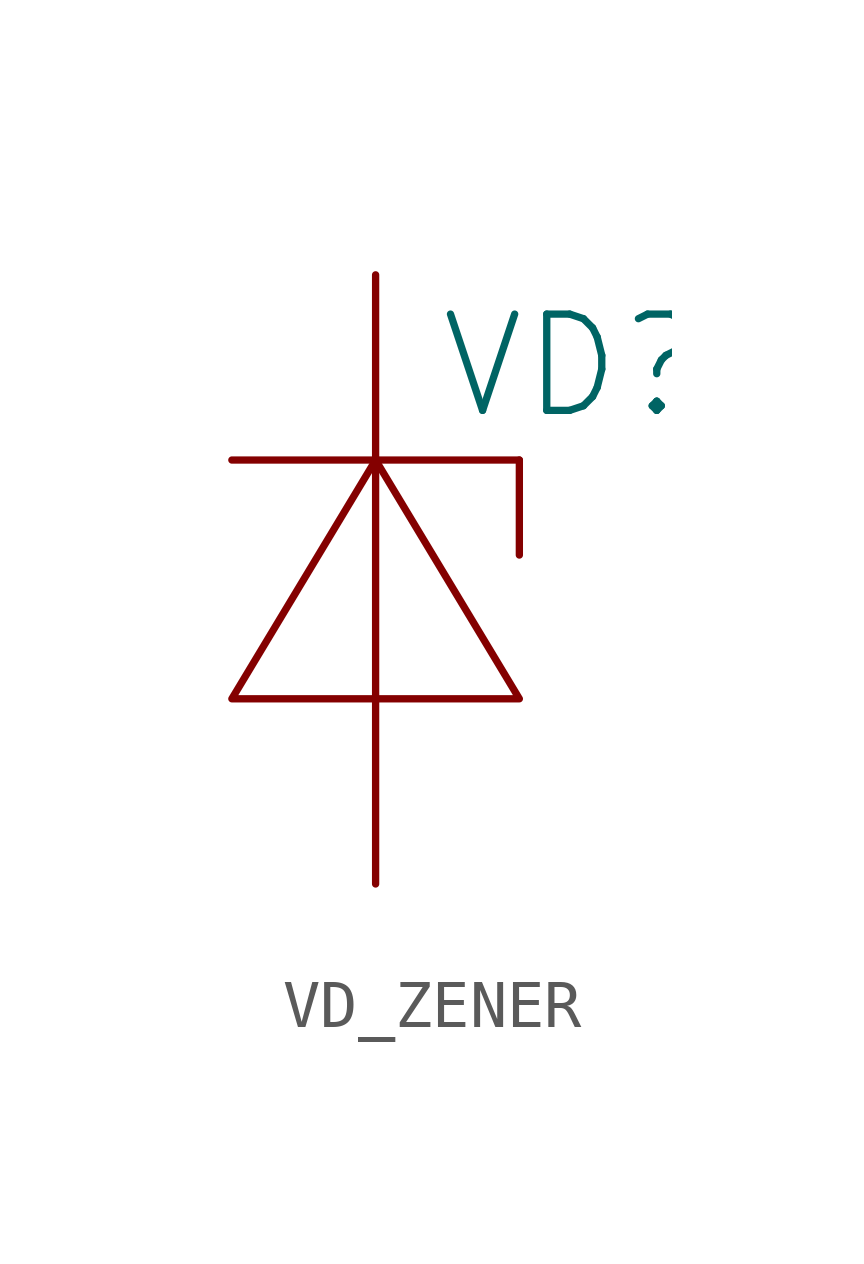
<source format=kicad_sym>
(kicad_symbol_lib
  (version 20231120)
  (generator "kicad_symbol_editor")
  (generator_version "8.0")
  (symbol "VD_ZENER"
    (pin_numbers hide)
    (pin_names
      (offset 0) hide)
    (property "Reference" "VD"
      (at 1.27 4.445 0)
      (effects (font (size 2.007 2.007)) (justify left)))
    (symbol "VD_ZENER_0_1"
      (polyline (pts (xy -2.997 2.489) (xy 2.997 2.489)) (stroke (width 0) (type solid)) (fill (type none)))
      (polyline (pts (xy 0 2.54) (xy 0 -2.54)) (stroke (width 0) (type solid)) (fill (type none)))
      (polyline (pts (xy 2.997 2.489) (xy 2.997 0.508)) (stroke (width 0) (type solid)) (fill (type none)))
      (polyline (pts (xy 0 2.489) (xy -2.997 -2.489) (xy 2.997 -2.489) (xy 0 2.489)) (stroke (width 0) (type solid)) (fill (type none))))
    (symbol "VD_ZENER_1_1"
      (pin passive line (at 0 6.35 270) (length 3.81) (name "K" (effects (font (size 2.007 2.007)))) (number "1" (effects (font (size 2.007 2.007)))))
      (pin passive line (at 0 -6.35 90) (length 3.81) (name "A" (effects (font (size 2.007 2.007)))) (number "2" (effects (font (size 2.007 2.007))))))))
</source>
